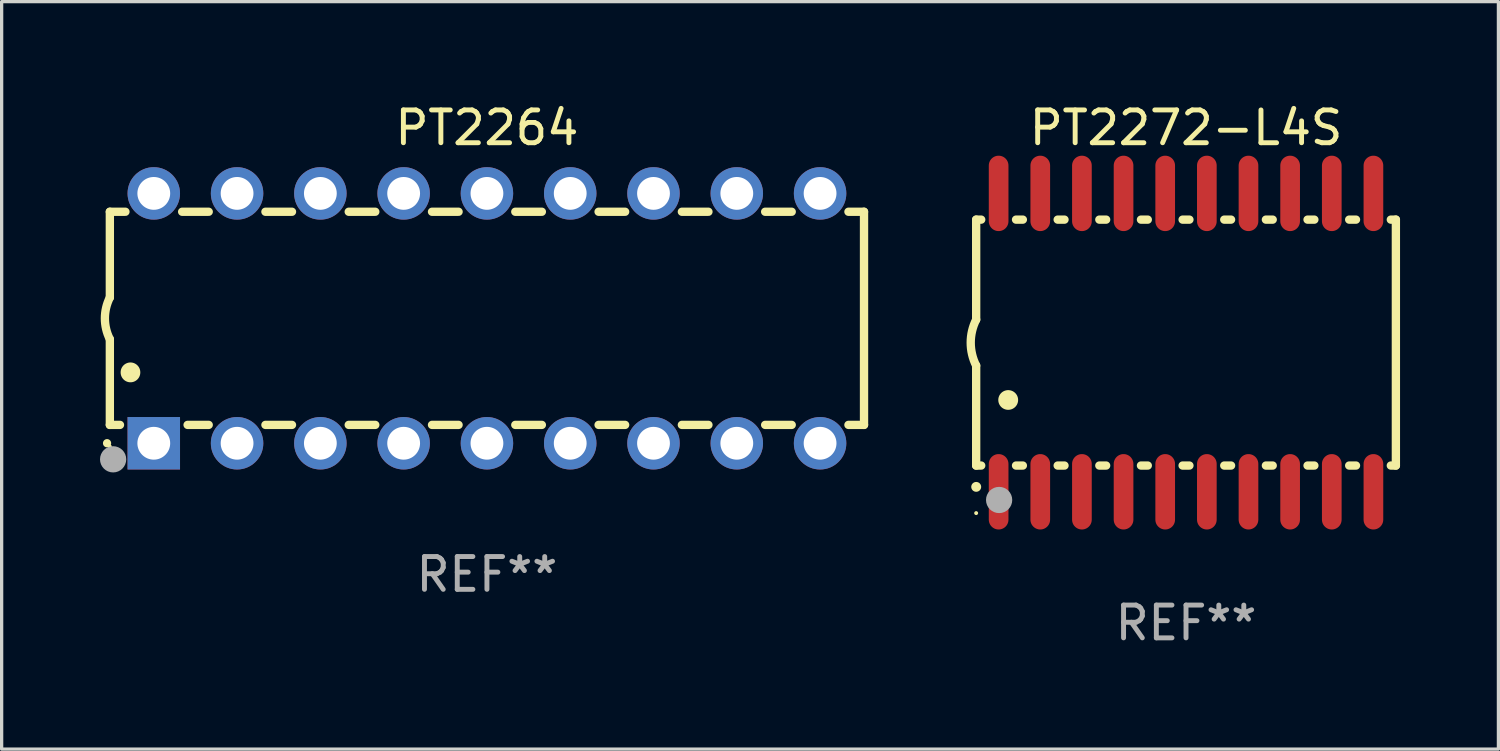
<source format=kicad_pcb>
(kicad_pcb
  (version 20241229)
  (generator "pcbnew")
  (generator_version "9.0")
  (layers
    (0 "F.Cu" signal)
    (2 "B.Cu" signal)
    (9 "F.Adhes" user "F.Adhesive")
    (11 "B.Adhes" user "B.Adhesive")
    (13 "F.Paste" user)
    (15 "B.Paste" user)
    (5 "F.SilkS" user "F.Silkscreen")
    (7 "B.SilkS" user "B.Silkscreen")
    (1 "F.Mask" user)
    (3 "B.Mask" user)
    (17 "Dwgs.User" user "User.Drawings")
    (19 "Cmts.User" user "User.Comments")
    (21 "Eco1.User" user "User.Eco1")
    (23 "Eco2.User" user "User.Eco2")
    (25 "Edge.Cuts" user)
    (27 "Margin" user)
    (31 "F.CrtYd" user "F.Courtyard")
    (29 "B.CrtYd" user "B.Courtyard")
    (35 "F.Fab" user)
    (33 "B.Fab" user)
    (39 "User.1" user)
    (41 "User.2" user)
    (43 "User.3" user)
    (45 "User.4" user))
  (footprint "PT2264"
    (layer "F.Cu")
    (at 11.8 6.658)
    (property "Reference" "PT2264" (at 0 -5.81 0) (layer "F.SilkS") (effects (font (size 1 1) (thickness 0.15))))
    (attr through_hole)
    (fp_line (start -11.5 -3.25) (end -11.5 -0.635) (stroke (width 0.254) (type solid)) (layer "F.SilkS"))
    (fp_line (start -11.5 3.25) (end -11.5 0.635) (stroke (width 0.254) (type solid)) (layer "F.SilkS"))
    (fp_line (start -11.5 3.25) (end -11.191 3.25) (stroke (width 0.254) (type solid)) (layer "F.SilkS"))
    (fp_line (start -11.025 -3.25) (end -11.5 -3.25) (stroke (width 0.254) (type solid)) (layer "F.SilkS"))
    (fp_line (start -9.129 3.25) (end -8.485 3.25) (stroke (width 0.254) (type solid)) (layer "F.SilkS"))
    (fp_line (start -8.485 -3.25) (end -9.295 -3.25) (stroke (width 0.254) (type solid)) (layer "F.SilkS"))
    (fp_line (start -6.755 3.25) (end -5.945 3.25) (stroke (width 0.254) (type solid)) (layer "F.SilkS"))
    (fp_line (start -5.945 -3.25) (end -6.755 -3.25) (stroke (width 0.254) (type solid)) (layer "F.SilkS"))
    (fp_line (start -4.215 3.25) (end -3.405 3.25) (stroke (width 0.254) (type solid)) (layer "F.SilkS"))
    (fp_line (start -3.405 -3.25) (end -4.215 -3.25) (stroke (width 0.254) (type solid)) (layer "F.SilkS"))
    (fp_line (start -1.675 3.25) (end -0.865 3.25) (stroke (width 0.254) (type solid)) (layer "F.SilkS"))
    (fp_line (start -0.865 -3.25) (end -1.675 -3.25) (stroke (width 0.254) (type solid)) (layer "F.SilkS"))
    (fp_line (start 0.865 3.25) (end 1.675 3.25) (stroke (width 0.254) (type solid)) (layer "F.SilkS"))
    (fp_line (start 1.675 -3.25) (end 0.865 -3.25) (stroke (width 0.254) (type solid)) (layer "F.SilkS"))
    (fp_line (start 3.405 3.25) (end 4.215 3.25) (stroke (width 0.254) (type solid)) (layer "F.SilkS"))
    (fp_line (start 4.215 -3.25) (end 3.405 -3.25) (stroke (width 0.254) (type solid)) (layer "F.SilkS"))
    (fp_line (start 5.945 3.25) (end 6.755 3.25) (stroke (width 0.254) (type solid)) (layer "F.SilkS"))
    (fp_line (start 6.755 -3.25) (end 5.945 -3.25) (stroke (width 0.254) (type solid)) (layer "F.SilkS"))
    (fp_line (start 8.485 3.25) (end 9.295 3.25) (stroke (width 0.254) (type solid)) (layer "F.SilkS"))
    (fp_line (start 9.295 -3.25) (end 8.485 -3.25) (stroke (width 0.254) (type solid)) (layer "F.SilkS"))
    (fp_line (start 11.025 3.25) (end 11.5 3.25) (stroke (width 0.254) (type solid)) (layer "F.SilkS"))
    (fp_line (start 11.5 -3.25) (end 11.025 -3.25) (stroke (width 0.254) (type solid)) (layer "F.SilkS"))
    (fp_line (start 11.5 -3.25) (end 11.5 3.25) (stroke (width 0.254) (type solid)) (layer "F.SilkS"))
    (fp_arc (start -11.584963 3.810008) (mid -11.58497 3.808738) (end -11.584963 3.807468) (stroke (width 0.25) (type solid)) (layer "F.SilkS"))
    (fp_arc (start -11.501143 0.635001) (mid -11.650665 -0.000132) (end -11.500025 -0.635001) (stroke (width 0.254001) (type solid)) (layer "F.SilkS"))
    (fp_arc (start -10.871222 1.651003) (mid -10.871233 1.648463) (end -10.871222 1.645923) (stroke (width 0.6) (type solid)) (layer "F.SilkS"))
    (fp_circle (center -11.5 3.91) (end -11.47 3.91) (stroke (width 0.06) (type solid)) (fill no) (layer "F.SilkS"))
    (fp_circle (center -11.4 4.3) (end -11.2 4.3) (stroke (width 0.4) (type solid)) (fill no) (layer "F.Fab"))
    (fp_text user "REF**" (at 0 7.81 0) (layer "F.Fab") (effects (font (size 1 1) (thickness 0.15))))
    (pad "1" thru_hole rect (at -10.16 3.81 90) (size 1.6 1.6) (drill 1) (layers "*.Cu" "*.Mask"))
    (pad "2" thru_hole circle (at -7.62 3.81 90) (size 1.6 1.6) (drill 1) (layers "*.Cu" "*.Mask"))
    (pad "3" thru_hole circle (at -5.08 3.81 90) (size 1.6 1.6) (drill 1) (layers "*.Cu" "*.Mask"))
    (pad "4" thru_hole circle (at -2.54 3.81 90) (size 1.6 1.6) (drill 1) (layers "*.Cu" "*.Mask"))
    (pad "5" thru_hole circle (at 0 3.81 90) (size 1.6 1.6) (drill 1) (layers "*.Cu" "*.Mask"))
    (pad "6" thru_hole circle (at 2.54 3.81 90) (size 1.6 1.6) (drill 1) (layers "*.Cu" "*.Mask"))
    (pad "7" thru_hole circle (at 5.08 3.81 90) (size 1.6 1.6) (drill 1) (layers "*.Cu" "*.Mask"))
    (pad "8" thru_hole circle (at 7.62 3.81 90) (size 1.6 1.6) (drill 1) (layers "*.Cu" "*.Mask"))
    (pad "9" thru_hole circle (at 10.16 3.81 90) (size 1.6 1.6) (drill 1) (layers "*.Cu" "*.Mask"))
    (pad "10" thru_hole circle (at 10.16 -3.81 90) (size 1.6 1.6) (drill 1) (layers "*.Cu" "*.Mask"))
    (pad "11" thru_hole circle (at 7.62 -3.81 90) (size 1.6 1.6) (drill 1) (layers "*.Cu" "*.Mask"))
    (pad "12" thru_hole circle (at 5.08 -3.81 90) (size 1.6 1.6) (drill 1) (layers "*.Cu" "*.Mask"))
    (pad "13" thru_hole circle (at 2.54 -3.81 90) (size 1.6 1.6) (drill 1) (layers "*.Cu" "*.Mask"))
    (pad "14" thru_hole circle (at 0 -3.81 90) (size 1.6 1.6) (drill 1) (layers "*.Cu" "*.Mask"))
    (pad "15" thru_hole circle (at -2.54 -3.81 90) (size 1.6 1.6) (drill 1) (layers "*.Cu" "*.Mask"))
    (pad "16" thru_hole circle (at -5.08 -3.81 90) (size 1.6 1.6) (drill 1) (layers "*.Cu" "*.Mask"))
    (pad "17" thru_hole circle (at -7.62 -3.81 90) (size 1.6 1.6) (drill 1) (layers "*.Cu" "*.Mask"))
    (pad "18" thru_hole circle (at -10.16 -3.81 90) (size 1.6 1.6) (drill 1) (layers "*.Cu" "*.Mask")))
  (footprint "PT2272-L4S"
    (layer "F.Cu")
    (at 33.12 7.398)
    (property "Reference" "PT2272-L4S" (at 0 -6.55 0) (layer "F.SilkS") (effects (font (size 1 1) (thickness 0.15))))
    (attr through_hole)
    (fp_line (start -6.4 -3.75) (end -6.4 -0.7) (stroke (width 0.254) (type solid)) (layer "F.SilkS"))
    (fp_line (start -6.4 -3.75) (end -6.246 -3.75) (stroke (width 0.254) (type solid)) (layer "F.SilkS"))
    (fp_line (start -6.4 3.75) (end -6.4 0.7) (stroke (width 0.254) (type solid)) (layer "F.SilkS"))
    (fp_line (start -6.246 3.75) (end -6.4 3.75) (stroke (width 0.254) (type solid)) (layer "F.SilkS"))
    (fp_line (start -5.184 -3.75) (end -4.976 -3.75) (stroke (width 0.254) (type solid)) (layer "F.SilkS"))
    (fp_line (start -4.976 3.75) (end -5.184 3.75) (stroke (width 0.254) (type solid)) (layer "F.SilkS"))
    (fp_line (start -3.914 -3.75) (end -3.706 -3.75) (stroke (width 0.254) (type solid)) (layer "F.SilkS"))
    (fp_line (start -3.706 3.75) (end -3.914 3.75) (stroke (width 0.254) (type solid)) (layer "F.SilkS"))
    (fp_line (start -2.644 -3.75) (end -2.436 -3.75) (stroke (width 0.254) (type solid)) (layer "F.SilkS"))
    (fp_line (start -2.436 3.75) (end -2.644 3.75) (stroke (width 0.254) (type solid)) (layer "F.SilkS"))
    (fp_line (start -1.374 -3.75) (end -1.166 -3.75) (stroke (width 0.254) (type solid)) (layer "F.SilkS"))
    (fp_line (start -1.166 3.75) (end -1.374 3.75) (stroke (width 0.254) (type solid)) (layer "F.SilkS"))
    (fp_line (start -0.104 -3.75) (end 0.104 -3.75) (stroke (width 0.254) (type solid)) (layer "F.SilkS"))
    (fp_line (start 0.104 3.75) (end -0.104 3.75) (stroke (width 0.254) (type solid)) (layer "F.SilkS"))
    (fp_line (start 1.166 -3.75) (end 1.374 -3.75) (stroke (width 0.254) (type solid)) (layer "F.SilkS"))
    (fp_line (start 1.374 3.75) (end 1.166 3.75) (stroke (width 0.254) (type solid)) (layer "F.SilkS"))
    (fp_line (start 2.436 -3.75) (end 2.644 -3.75) (stroke (width 0.254) (type solid)) (layer "F.SilkS"))
    (fp_line (start 2.644 3.75) (end 2.436 3.75) (stroke (width 0.254) (type solid)) (layer "F.SilkS"))
    (fp_line (start 3.706 -3.75) (end 3.914 -3.75) (stroke (width 0.254) (type solid)) (layer "F.SilkS"))
    (fp_line (start 3.914 3.75) (end 3.706 3.75) (stroke (width 0.254) (type solid)) (layer "F.SilkS"))
    (fp_line (start 4.976 -3.75) (end 5.184 -3.75) (stroke (width 0.254) (type solid)) (layer "F.SilkS"))
    (fp_line (start 5.184 3.75) (end 4.976 3.75) (stroke (width 0.254) (type solid)) (layer "F.SilkS"))
    (fp_line (start 6.246 -3.75) (end 6.4 -3.75) (stroke (width 0.254) (type solid)) (layer "F.SilkS"))
    (fp_line (start 6.4 -3.75) (end 6.4 3.75) (stroke (width 0.254) (type solid)) (layer "F.SilkS"))
    (fp_line (start 6.4 3.75) (end 6.246 3.75) (stroke (width 0.254) (type solid)) (layer "F.SilkS"))
    (fp_arc (start -6.400812 0.701041) (mid -6.565912 0.000428) (end -6.400025 -0.7) (stroke (width 0.254001) (type solid)) (layer "F.SilkS"))
    (fp_arc (start -6.400025 4.4) (mid -6.398755 4.399995) (end -6.397485 4.4) (stroke (width 0.3) (type solid)) (layer "F.SilkS"))
    (fp_arc (start -5.425451 1.750064) (mid -5.422911 1.750053) (end -5.420371 1.750064) (stroke (width 0.6) (type solid)) (layer "F.SilkS"))
    (fp_circle (center -6.4 5.2) (end -6.37 5.2) (stroke (width 0.06) (type solid)) (fill no) (layer "F.SilkS"))
    (fp_circle (center -5.7 4.8) (end -5.5 4.8) (stroke (width 0.4) (type solid)) (fill no) (layer "F.Fab"))
    (fp_text user "REF**" (at 0 8.55 0) (layer "F.Fab") (effects (font (size 1 1) (thickness 0.15))))
    (pad "1" smd oval (at -5.715 4.55 180) (size 0.6 2.3) (layers "F.Cu" "F.Mask" "F.Paste"))
    (pad "2" smd oval (at -4.445 4.55 180) (size 0.6 2.3) (layers "F.Cu" "F.Mask" "F.Paste"))
    (pad "3" smd oval (at -3.175 4.55 180) (size 0.6 2.3) (layers "F.Cu" "F.Mask" "F.Paste"))
    (pad "4" smd oval (at -1.905 4.55 180) (size 0.6 2.3) (layers "F.Cu" "F.Mask" "F.Paste"))
    (pad "5" smd oval (at -0.635 4.55 180) (size 0.6 2.3) (layers "F.Cu" "F.Mask" "F.Paste"))
    (pad "6" smd oval (at 0.635 4.55 180) (size 0.6 2.3) (layers "F.Cu" "F.Mask" "F.Paste"))
    (pad "7" smd oval (at 1.905 4.55 180) (size 0.6 2.3) (layers "F.Cu" "F.Mask" "F.Paste"))
    (pad "8" smd oval (at 3.175 4.55 180) (size 0.6 2.3) (layers "F.Cu" "F.Mask" "F.Paste"))
    (pad "9" smd oval (at 4.445 4.55 180) (size 0.6 2.3) (layers "F.Cu" "F.Mask" "F.Paste"))
    (pad "10" smd oval (at 5.715 4.55 180) (size 0.6 2.3) (layers "F.Cu" "F.Mask" "F.Paste"))
    (pad "11" smd oval (at 5.715 -4.55 180) (size 0.6 2.3) (layers "F.Cu" "F.Mask" "F.Paste"))
    (pad "12" smd oval (at 4.445 -4.55 180) (size 0.6 2.3) (layers "F.Cu" "F.Mask" "F.Paste"))
    (pad "13" smd oval (at 3.175 -4.55 180) (size 0.6 2.3) (layers "F.Cu" "F.Mask" "F.Paste"))
    (pad "14" smd oval (at 1.905 -4.55 180) (size 0.6 2.3) (layers "F.Cu" "F.Mask" "F.Paste"))
    (pad "15" smd oval (at 0.635 -4.55 180) (size 0.6 2.3) (layers "F.Cu" "F.Mask" "F.Paste"))
    (pad "16" smd oval (at -0.635 -4.55 180) (size 0.6 2.3) (layers "F.Cu" "F.Mask" "F.Paste"))
    (pad "17" smd oval (at -1.905 -4.55 180) (size 0.6 2.3) (layers "F.Cu" "F.Mask" "F.Paste"))
    (pad "18" smd oval (at -3.175 -4.55 180) (size 0.6 2.3) (layers "F.Cu" "F.Mask" "F.Paste"))
    (pad "19" smd oval (at -4.445 -4.55 180) (size 0.6 2.3) (layers "F.Cu" "F.Mask" "F.Paste"))
    (pad "20" smd oval (at -5.715 -4.55 180) (size 0.6 2.3) (layers "F.Cu" "F.Mask" "F.Paste")))
  (gr_rect
    (start -3 -3)
    (end 42.647 19.796)
    (stroke (width 0.1) (type default))
    (fill no)
    (layer "Edge.Cuts")))
</source>
